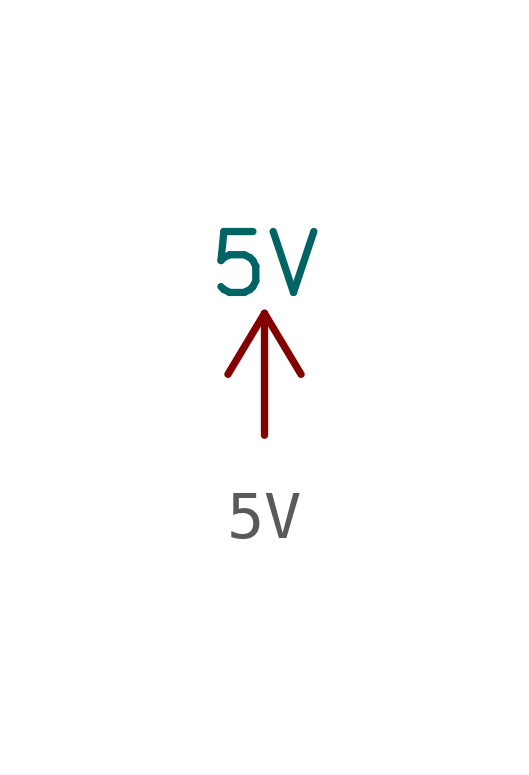
<source format=kicad_sym>
(kicad_symbol_lib
  (version 20231120)
  (generator "kicad_symbol_editor")
  (generator_version "8.0")
  (symbol "5V"
    (power)
    (pin_names
      (offset 0))
    (property "Reference" "#PWR"
      (at 0 -3.81 0)
      (effects (font (size 1.27 1.27)) (hide yes)))
    (property "Value" "5V"
      (at 0 3.556 0)
      (effects (font (size 1.27 1.27))))
    (symbol "5V_0_1"
      (polyline (pts (xy -0.762 1.27) (xy 0 2.54)) (stroke (width 0) (type default)) (fill (type none)))
      (polyline (pts (xy 0 0) (xy 0 2.54)) (stroke (width 0) (type default)) (fill (type none)))
      (polyline (pts (xy 0 2.54) (xy 0.762 1.27)) (stroke (width 0) (type default)) (fill (type none))))
    (symbol "5V_1_1"
      (pin power_in line (at 0 0 90) (length 0) hide (name "5V" (effects (font (size 1.27 1.27)))) (number "1" (effects (font (size 1.27 1.27))))))))
</source>
